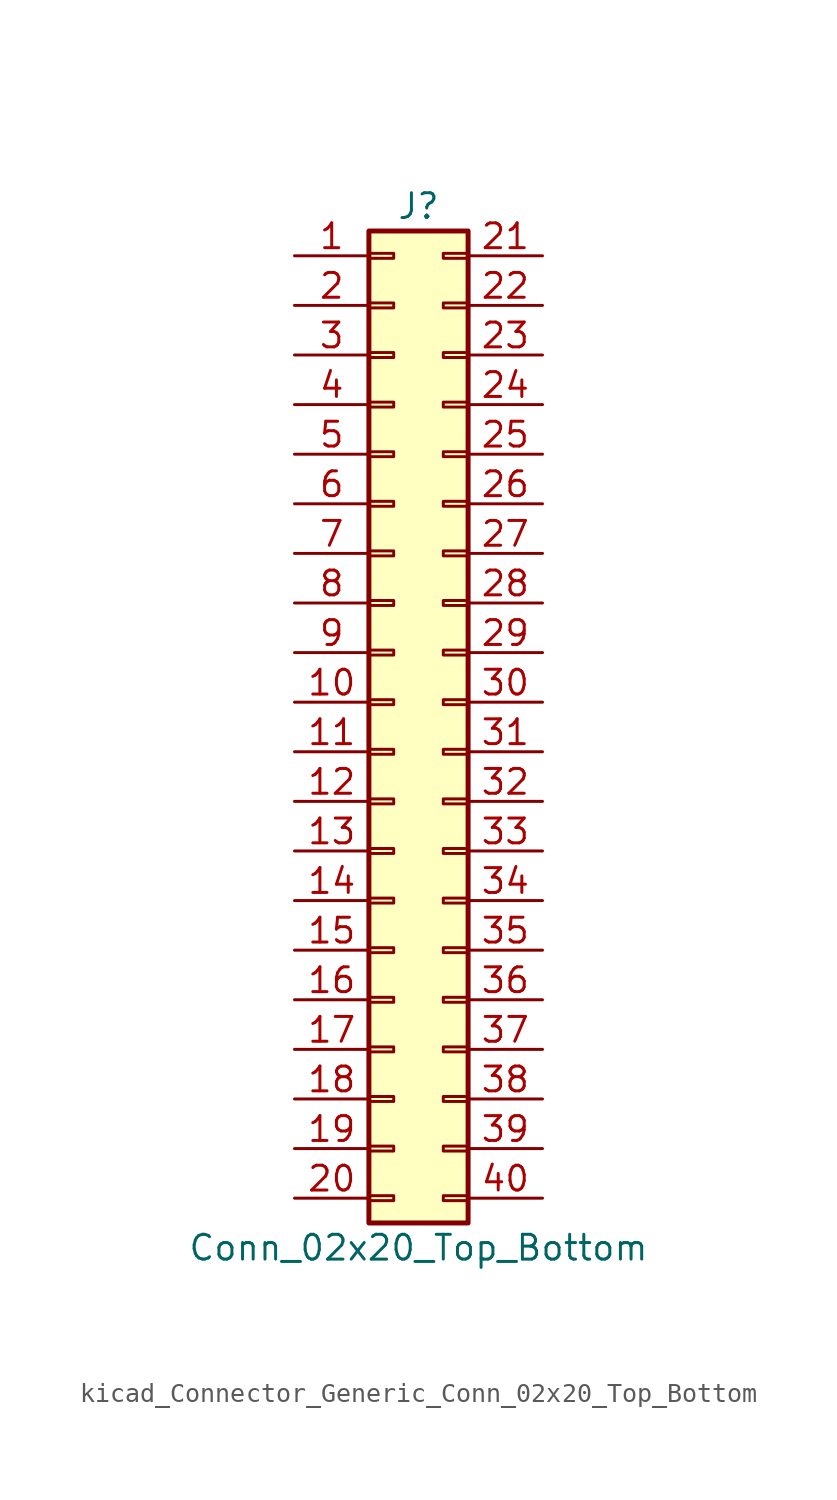
<source format=kicad_sym>
(kicad_symbol_lib
  (version 20220914)
  (generator kicad_symbol_editor)
  (symbol "kicad_Connector_Generic_Conn_02x20_Top_Bottom"
    (pin_names
      (offset 1.016) hide)
    (property "Reference" "J"
      (at 1.27 25.4 0)
      (effects (font (size 1.27 1.27))))
    (property "Value" "Conn_02x20_Top_Bottom"
      (at 1.27 -27.94 0)
      (effects (font (size 1.27 1.27))))
    (symbol "kicad_Connector_Generic_Conn_02x20_Top_Bottom_1_1"
      (rectangle (start -1.27 -25.273) (end 0 -25.527) (stroke (width 0.152) (type default)) (fill (type none)))
      (rectangle (start -1.27 -22.733) (end 0 -22.987) (stroke (width 0.152) (type default)) (fill (type none)))
      (rectangle (start -1.27 -20.193) (end 0 -20.447) (stroke (width 0.152) (type default)) (fill (type none)))
      (rectangle (start -1.27 -17.653) (end 0 -17.907) (stroke (width 0.152) (type default)) (fill (type none)))
      (rectangle (start -1.27 -15.113) (end 0 -15.367) (stroke (width 0.152) (type default)) (fill (type none)))
      (rectangle (start -1.27 -12.573) (end 0 -12.827) (stroke (width 0.152) (type default)) (fill (type none)))
      (rectangle (start -1.27 -10.033) (end 0 -10.287) (stroke (width 0.152) (type default)) (fill (type none)))
      (rectangle (start -1.27 -7.493) (end 0 -7.747) (stroke (width 0.152) (type default)) (fill (type none)))
      (rectangle (start -1.27 -4.953) (end 0 -5.207) (stroke (width 0.152) (type default)) (fill (type none)))
      (rectangle (start -1.27 -2.413) (end 0 -2.667) (stroke (width 0.152) (type default)) (fill (type none)))
      (rectangle (start -1.27 0.127) (end 0 -0.127) (stroke (width 0.152) (type default)) (fill (type none)))
      (rectangle (start -1.27 2.667) (end 0 2.413) (stroke (width 0.152) (type default)) (fill (type none)))
      (rectangle (start -1.27 5.207) (end 0 4.953) (stroke (width 0.152) (type default)) (fill (type none)))
      (rectangle (start -1.27 7.747) (end 0 7.493) (stroke (width 0.152) (type default)) (fill (type none)))
      (rectangle (start -1.27 10.287) (end 0 10.033) (stroke (width 0.152) (type default)) (fill (type none)))
      (rectangle (start -1.27 12.827) (end 0 12.573) (stroke (width 0.152) (type default)) (fill (type none)))
      (rectangle (start -1.27 15.367) (end 0 15.113) (stroke (width 0.152) (type default)) (fill (type none)))
      (rectangle (start -1.27 17.907) (end 0 17.653) (stroke (width 0.152) (type default)) (fill (type none)))
      (rectangle (start -1.27 20.447) (end 0 20.193) (stroke (width 0.152) (type default)) (fill (type none)))
      (rectangle (start -1.27 22.987) (end 0 22.733) (stroke (width 0.152) (type default)) (fill (type none)))
      (rectangle (start -1.27 24.13) (end 3.81 -26.67) (stroke (width 0.254) (type default)) (fill (type background)))
      (rectangle (start 3.81 -25.273) (end 2.54 -25.527) (stroke (width 0.152) (type default)) (fill (type none)))
      (rectangle (start 3.81 -22.733) (end 2.54 -22.987) (stroke (width 0.152) (type default)) (fill (type none)))
      (rectangle (start 3.81 -20.193) (end 2.54 -20.447) (stroke (width 0.152) (type default)) (fill (type none)))
      (rectangle (start 3.81 -17.653) (end 2.54 -17.907) (stroke (width 0.152) (type default)) (fill (type none)))
      (rectangle (start 3.81 -15.113) (end 2.54 -15.367) (stroke (width 0.152) (type default)) (fill (type none)))
      (rectangle (start 3.81 -12.573) (end 2.54 -12.827) (stroke (width 0.152) (type default)) (fill (type none)))
      (rectangle (start 3.81 -10.033) (end 2.54 -10.287) (stroke (width 0.152) (type default)) (fill (type none)))
      (rectangle (start 3.81 -7.493) (end 2.54 -7.747) (stroke (width 0.152) (type default)) (fill (type none)))
      (rectangle (start 3.81 -4.953) (end 2.54 -5.207) (stroke (width 0.152) (type default)) (fill (type none)))
      (rectangle (start 3.81 -2.413) (end 2.54 -2.667) (stroke (width 0.152) (type default)) (fill (type none)))
      (rectangle (start 3.81 0.127) (end 2.54 -0.127) (stroke (width 0.152) (type default)) (fill (type none)))
      (rectangle (start 3.81 2.667) (end 2.54 2.413) (stroke (width 0.152) (type default)) (fill (type none)))
      (rectangle (start 3.81 5.207) (end 2.54 4.953) (stroke (width 0.152) (type default)) (fill (type none)))
      (rectangle (start 3.81 7.747) (end 2.54 7.493) (stroke (width 0.152) (type default)) (fill (type none)))
      (rectangle (start 3.81 10.287) (end 2.54 10.033) (stroke (width 0.152) (type default)) (fill (type none)))
      (rectangle (start 3.81 12.827) (end 2.54 12.573) (stroke (width 0.152) (type default)) (fill (type none)))
      (rectangle (start 3.81 15.367) (end 2.54 15.113) (stroke (width 0.152) (type default)) (fill (type none)))
      (rectangle (start 3.81 17.907) (end 2.54 17.653) (stroke (width 0.152) (type default)) (fill (type none)))
      (rectangle (start 3.81 20.447) (end 2.54 20.193) (stroke (width 0.152) (type default)) (fill (type none)))
      (rectangle (start 3.81 22.987) (end 2.54 22.733) (stroke (width 0.152) (type default)) (fill (type none)))
      (pin passive line (at -5.08 22.86 0) (length 3.81) (name "Pin_1" (effects (font (size 1.27 1.27)))) (number "1" (effects (font (size 1.27 1.27)))))
      (pin passive line (at -5.08 0 0) (length 3.81) (name "Pin_10" (effects (font (size 1.27 1.27)))) (number "10" (effects (font (size 1.27 1.27)))))
      (pin passive line (at -5.08 -2.54 0) (length 3.81) (name "Pin_11" (effects (font (size 1.27 1.27)))) (number "11" (effects (font (size 1.27 1.27)))))
      (pin passive line (at -5.08 -5.08 0) (length 3.81) (name "Pin_12" (effects (font (size 1.27 1.27)))) (number "12" (effects (font (size 1.27 1.27)))))
      (pin passive line (at -5.08 -7.62 0) (length 3.81) (name "Pin_13" (effects (font (size 1.27 1.27)))) (number "13" (effects (font (size 1.27 1.27)))))
      (pin passive line (at -5.08 -10.16 0) (length 3.81) (name "Pin_14" (effects (font (size 1.27 1.27)))) (number "14" (effects (font (size 1.27 1.27)))))
      (pin passive line (at -5.08 -12.7 0) (length 3.81) (name "Pin_15" (effects (font (size 1.27 1.27)))) (number "15" (effects (font (size 1.27 1.27)))))
      (pin passive line (at -5.08 -15.24 0) (length 3.81) (name "Pin_16" (effects (font (size 1.27 1.27)))) (number "16" (effects (font (size 1.27 1.27)))))
      (pin passive line (at -5.08 -17.78 0) (length 3.81) (name "Pin_17" (effects (font (size 1.27 1.27)))) (number "17" (effects (font (size 1.27 1.27)))))
      (pin passive line (at -5.08 -20.32 0) (length 3.81) (name "Pin_18" (effects (font (size 1.27 1.27)))) (number "18" (effects (font (size 1.27 1.27)))))
      (pin passive line (at -5.08 -22.86 0) (length 3.81) (name "Pin_19" (effects (font (size 1.27 1.27)))) (number "19" (effects (font (size 1.27 1.27)))))
      (pin passive line (at -5.08 20.32 0) (length 3.81) (name "Pin_2" (effects (font (size 1.27 1.27)))) (number "2" (effects (font (size 1.27 1.27)))))
      (pin passive line (at -5.08 -25.4 0) (length 3.81) (name "Pin_20" (effects (font (size 1.27 1.27)))) (number "20" (effects (font (size 1.27 1.27)))))
      (pin passive line (at 7.62 22.86 180) (length 3.81) (name "Pin_21" (effects (font (size 1.27 1.27)))) (number "21" (effects (font (size 1.27 1.27)))))
      (pin passive line (at 7.62 20.32 180) (length 3.81) (name "Pin_22" (effects (font (size 1.27 1.27)))) (number "22" (effects (font (size 1.27 1.27)))))
      (pin passive line (at 7.62 17.78 180) (length 3.81) (name "Pin_23" (effects (font (size 1.27 1.27)))) (number "23" (effects (font (size 1.27 1.27)))))
      (pin passive line (at 7.62 15.24 180) (length 3.81) (name "Pin_24" (effects (font (size 1.27 1.27)))) (number "24" (effects (font (size 1.27 1.27)))))
      (pin passive line (at 7.62 12.7 180) (length 3.81) (name "Pin_25" (effects (font (size 1.27 1.27)))) (number "25" (effects (font (size 1.27 1.27)))))
      (pin passive line (at 7.62 10.16 180) (length 3.81) (name "Pin_26" (effects (font (size 1.27 1.27)))) (number "26" (effects (font (size 1.27 1.27)))))
      (pin passive line (at 7.62 7.62 180) (length 3.81) (name "Pin_27" (effects (font (size 1.27 1.27)))) (number "27" (effects (font (size 1.27 1.27)))))
      (pin passive line (at 7.62 5.08 180) (length 3.81) (name "Pin_28" (effects (font (size 1.27 1.27)))) (number "28" (effects (font (size 1.27 1.27)))))
      (pin passive line (at 7.62 2.54 180) (length 3.81) (name "Pin_29" (effects (font (size 1.27 1.27)))) (number "29" (effects (font (size 1.27 1.27)))))
      (pin passive line (at -5.08 17.78 0) (length 3.81) (name "Pin_3" (effects (font (size 1.27 1.27)))) (number "3" (effects (font (size 1.27 1.27)))))
      (pin passive line (at 7.62 0 180) (length 3.81) (name "Pin_30" (effects (font (size 1.27 1.27)))) (number "30" (effects (font (size 1.27 1.27)))))
      (pin passive line (at 7.62 -2.54 180) (length 3.81) (name "Pin_31" (effects (font (size 1.27 1.27)))) (number "31" (effects (font (size 1.27 1.27)))))
      (pin passive line (at 7.62 -5.08 180) (length 3.81) (name "Pin_32" (effects (font (size 1.27 1.27)))) (number "32" (effects (font (size 1.27 1.27)))))
      (pin passive line (at 7.62 -7.62 180) (length 3.81) (name "Pin_33" (effects (font (size 1.27 1.27)))) (number "33" (effects (font (size 1.27 1.27)))))
      (pin passive line (at 7.62 -10.16 180) (length 3.81) (name "Pin_34" (effects (font (size 1.27 1.27)))) (number "34" (effects (font (size 1.27 1.27)))))
      (pin passive line (at 7.62 -12.7 180) (length 3.81) (name "Pin_35" (effects (font (size 1.27 1.27)))) (number "35" (effects (font (size 1.27 1.27)))))
      (pin passive line (at 7.62 -15.24 180) (length 3.81) (name "Pin_36" (effects (font (size 1.27 1.27)))) (number "36" (effects (font (size 1.27 1.27)))))
      (pin passive line (at 7.62 -17.78 180) (length 3.81) (name "Pin_37" (effects (font (size 1.27 1.27)))) (number "37" (effects (font (size 1.27 1.27)))))
      (pin passive line (at 7.62 -20.32 180) (length 3.81) (name "Pin_38" (effects (font (size 1.27 1.27)))) (number "38" (effects (font (size 1.27 1.27)))))
      (pin passive line (at 7.62 -22.86 180) (length 3.81) (name "Pin_39" (effects (font (size 1.27 1.27)))) (number "39" (effects (font (size 1.27 1.27)))))
      (pin passive line (at -5.08 15.24 0) (length 3.81) (name "Pin_4" (effects (font (size 1.27 1.27)))) (number "4" (effects (font (size 1.27 1.27)))))
      (pin passive line (at 7.62 -25.4 180) (length 3.81) (name "Pin_40" (effects (font (size 1.27 1.27)))) (number "40" (effects (font (size 1.27 1.27)))))
      (pin passive line (at -5.08 12.7 0) (length 3.81) (name "Pin_5" (effects (font (size 1.27 1.27)))) (number "5" (effects (font (size 1.27 1.27)))))
      (pin passive line (at -5.08 10.16 0) (length 3.81) (name "Pin_6" (effects (font (size 1.27 1.27)))) (number "6" (effects (font (size 1.27 1.27)))))
      (pin passive line (at -5.08 7.62 0) (length 3.81) (name "Pin_7" (effects (font (size 1.27 1.27)))) (number "7" (effects (font (size 1.27 1.27)))))
      (pin passive line (at -5.08 5.08 0) (length 3.81) (name "Pin_8" (effects (font (size 1.27 1.27)))) (number "8" (effects (font (size 1.27 1.27)))))
      (pin passive line (at -5.08 2.54 0) (length 3.81) (name "Pin_9" (effects (font (size 1.27 1.27)))) (number "9" (effects (font (size 1.27 1.27))))))))
</source>
